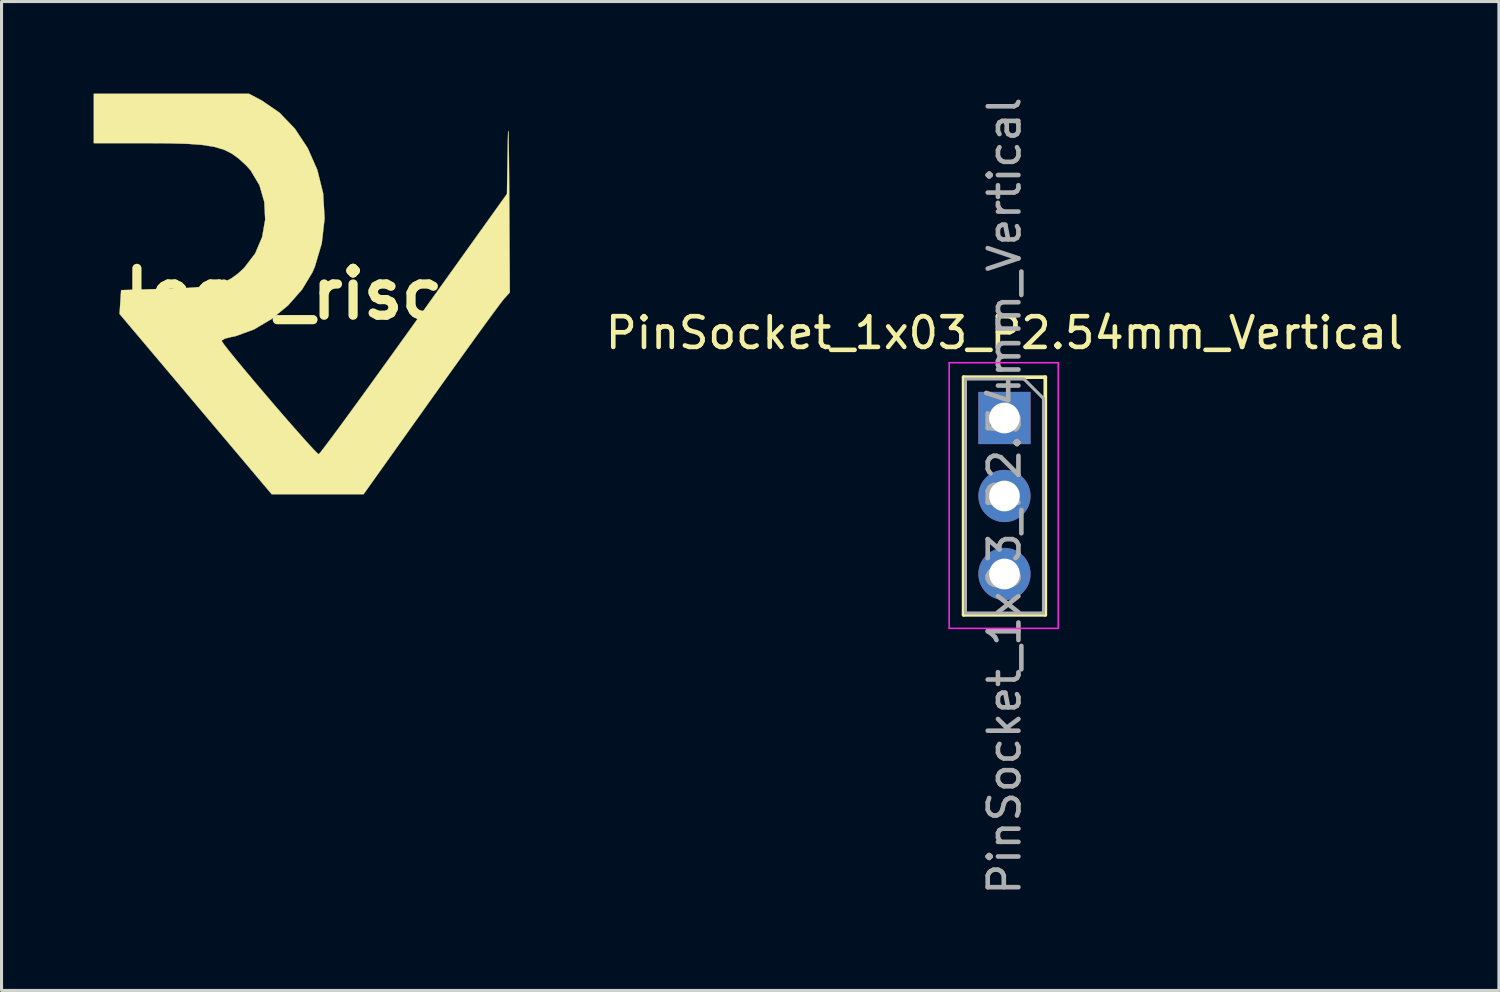
<source format=kicad_pcb>
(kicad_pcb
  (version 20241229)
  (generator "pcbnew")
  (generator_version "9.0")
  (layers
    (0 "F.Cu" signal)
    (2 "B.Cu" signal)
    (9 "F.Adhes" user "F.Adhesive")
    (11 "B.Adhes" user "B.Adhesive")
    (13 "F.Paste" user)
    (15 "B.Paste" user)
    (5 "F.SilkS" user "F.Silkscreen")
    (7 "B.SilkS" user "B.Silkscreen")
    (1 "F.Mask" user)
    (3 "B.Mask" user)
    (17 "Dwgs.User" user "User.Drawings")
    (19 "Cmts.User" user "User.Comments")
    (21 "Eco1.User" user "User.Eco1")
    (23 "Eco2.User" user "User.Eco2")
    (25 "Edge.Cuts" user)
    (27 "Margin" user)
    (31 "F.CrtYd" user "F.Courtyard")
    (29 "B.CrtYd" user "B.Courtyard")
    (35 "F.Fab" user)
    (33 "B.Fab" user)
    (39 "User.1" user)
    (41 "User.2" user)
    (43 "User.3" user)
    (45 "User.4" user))
  (footprint "logo_riscv"
    (layer "F.Cu")
    (at 6.778 6.524)
    (property "Reference" "logo_riscv" (at 0 0 0) (layer "F.SilkS") (effects (font (size 1.524 1.524) (thickness 0.3))))
    (attr through_hole)
    (fp_poly (pts (xy -1.304 -6.301) (xy -0.73 -5.908) (xy -0.224 -5.382) (xy 0.193 -4.75) (xy 0.505 -4.04) (xy 0.693 -3.282) (xy 0.694 -3.274) (xy 0.742 -2.464) (xy 0.65 -1.653) (xy 0.425 -0.891) (xy 0.342 -0.7) (xy 0.006 -0.144) (xy -0.447 0.37) (xy -0.981 0.812) (xy -1.559 1.154) (xy -2.145 1.368) (xy -2.299 1.399) (xy -2.502 1.451) (xy -2.605 1.512) (xy -2.608 1.53) (xy -2.542 1.631) (xy -2.384 1.835) (xy -2.152 2.121) (xy -1.861 2.472) (xy -1.53 2.866) (xy -1.175 3.284) (xy -0.814 3.706) (xy -0.462 4.112) (xy -0.137 4.482) (xy 0.143 4.797) (xy 0.363 5.037) (xy 0.504 5.182) (xy 0.55 5.217) (xy 0.613 5.145) (xy 0.765 4.948) (xy 0.998 4.637) (xy 1.304 4.223) (xy 1.672 3.719) (xy 2.096 3.136) (xy 2.565 2.486) (xy 3.072 1.782) (xy 3.608 1.035) (xy 3.657 0.967) (xy 6.68 -3.26) (xy 6.707 -4.911) (xy 6.714 -5.193) (xy 6.72 -5.313) (xy 6.727 -5.278) (xy 6.734 -5.093) (xy 6.74 -4.768) (xy 6.746 -4.307) (xy 6.751 -3.719) (xy 6.754 -3.307) (xy 6.773 -0.052) (xy 6.577 0.165) (xy 6.488 0.278) (xy 6.312 0.514) (xy 6.06 0.857) (xy 5.743 1.293) (xy 5.372 1.807) (xy 4.959 2.383) (xy 4.513 3.005) (xy 4.196 3.45) (xy 2.011 6.519) (xy -0.981 6.519) (xy -3.458 3.584) (xy -5.935 0.649) (xy -5.91 0.261) (xy -5.884 -0.127) (xy -4.403 -0.171) (xy -3.759 -0.196) (xy -3.256 -0.234) (xy -2.865 -0.292) (xy -2.556 -0.379) (xy -2.302 -0.503) (xy -2.073 -0.67) (xy -1.877 -0.853) (xy -1.521 -1.317) (xy -1.293 -1.851) (xy -1.193 -2.421) (xy -1.221 -2.996) (xy -1.379 -3.542) (xy -1.667 -4.025) (xy -1.811 -4.186) (xy -2.046 -4.403) (xy -2.28 -4.573) (xy -2.539 -4.701) (xy -2.847 -4.792) (xy -3.229 -4.853) (xy -3.709 -4.89) (xy -4.313 -4.907) (xy -4.956 -4.911) (xy -6.773 -4.911) (xy -6.773 -6.519) (xy -1.719 -6.519) (xy -1.304 -6.301)) (stroke (width 0.01) (type solid)) (fill yes) (layer "F.SilkS")))
  (footprint "PinSocket_1x03_P2.54mm_Vertical"
    (layer "F.Cu")
    (at 29.658 10.561)
    (property "Reference" "PinSocket_1x03_P2.54mm_Vertical" (at 0 -2.77 0) (layer "F.SilkS") (effects (font (size 1 1) (thickness 0.15))))
    (attr through_hole)
    (fp_line (start -1.33 -1.33) (end -1.33 6.41) (stroke (width 0.12) (type solid)) (layer "F.SilkS"))
    (fp_line (start -1.33 -1.33) (end 1.33 -1.33) (stroke (width 0.12) (type solid)) (layer "F.SilkS"))
    (fp_line (start -1.33 6.41) (end 1.33 6.41) (stroke (width 0.12) (type solid)) (layer "F.SilkS"))
    (fp_line (start 1.33 -1.33) (end 1.33 6.41) (stroke (width 0.12) (type solid)) (layer "F.SilkS"))
    (fp_line (start -1.8 -1.8) (end 1.75 -1.8) (stroke (width 0.05) (type solid)) (layer "F.CrtYd"))
    (fp_line (start -1.8 6.85) (end -1.8 -1.8) (stroke (width 0.05) (type solid)) (layer "F.CrtYd"))
    (fp_line (start 1.75 -1.8) (end 1.75 6.85) (stroke (width 0.05) (type solid)) (layer "F.CrtYd"))
    (fp_line (start 1.75 6.85) (end -1.8 6.85) (stroke (width 0.05) (type solid)) (layer "F.CrtYd"))
    (fp_line (start -1.27 -1.27) (end 0.635 -1.27) (stroke (width 0.1) (type solid)) (layer "F.Fab"))
    (fp_line (start -1.27 6.35) (end -1.27 -1.27) (stroke (width 0.1) (type solid)) (layer "F.Fab"))
    (fp_line (start 0.635 -1.27) (end 1.27 -0.635) (stroke (width 0.1) (type solid)) (layer "F.Fab"))
    (fp_line (start 1.27 -0.635) (end 1.27 6.35) (stroke (width 0.1) (type solid)) (layer "F.Fab"))
    (fp_line (start 1.27 6.35) (end -1.27 6.35) (stroke (width 0.1) (type solid)) (layer "F.Fab"))
    (fp_text user "${REFERENCE}" (at 0 2.54 90) (layer "F.Fab") (effects (font (size 1 1) (thickness 0.15))))
    (pad "1" thru_hole rect (at 0 0) (size 1.7 1.7) (drill 1) (layers "*.Cu" "*.Mask"))
    (pad "2" thru_hole oval (at 0 2.54) (size 1.7 1.7) (drill 1) (layers "*.Cu" "*.Mask"))
    (pad "3" thru_hole oval (at 0 5.08) (size 1.7 1.7) (drill 1) (layers "*.Cu" "*.Mask")))
  (gr_rect
    (start -3 -3)
    (end 45.759 29.202)
    (stroke (width 0.1) (type default))
    (fill no)
    (layer "Edge.Cuts")))
</source>
